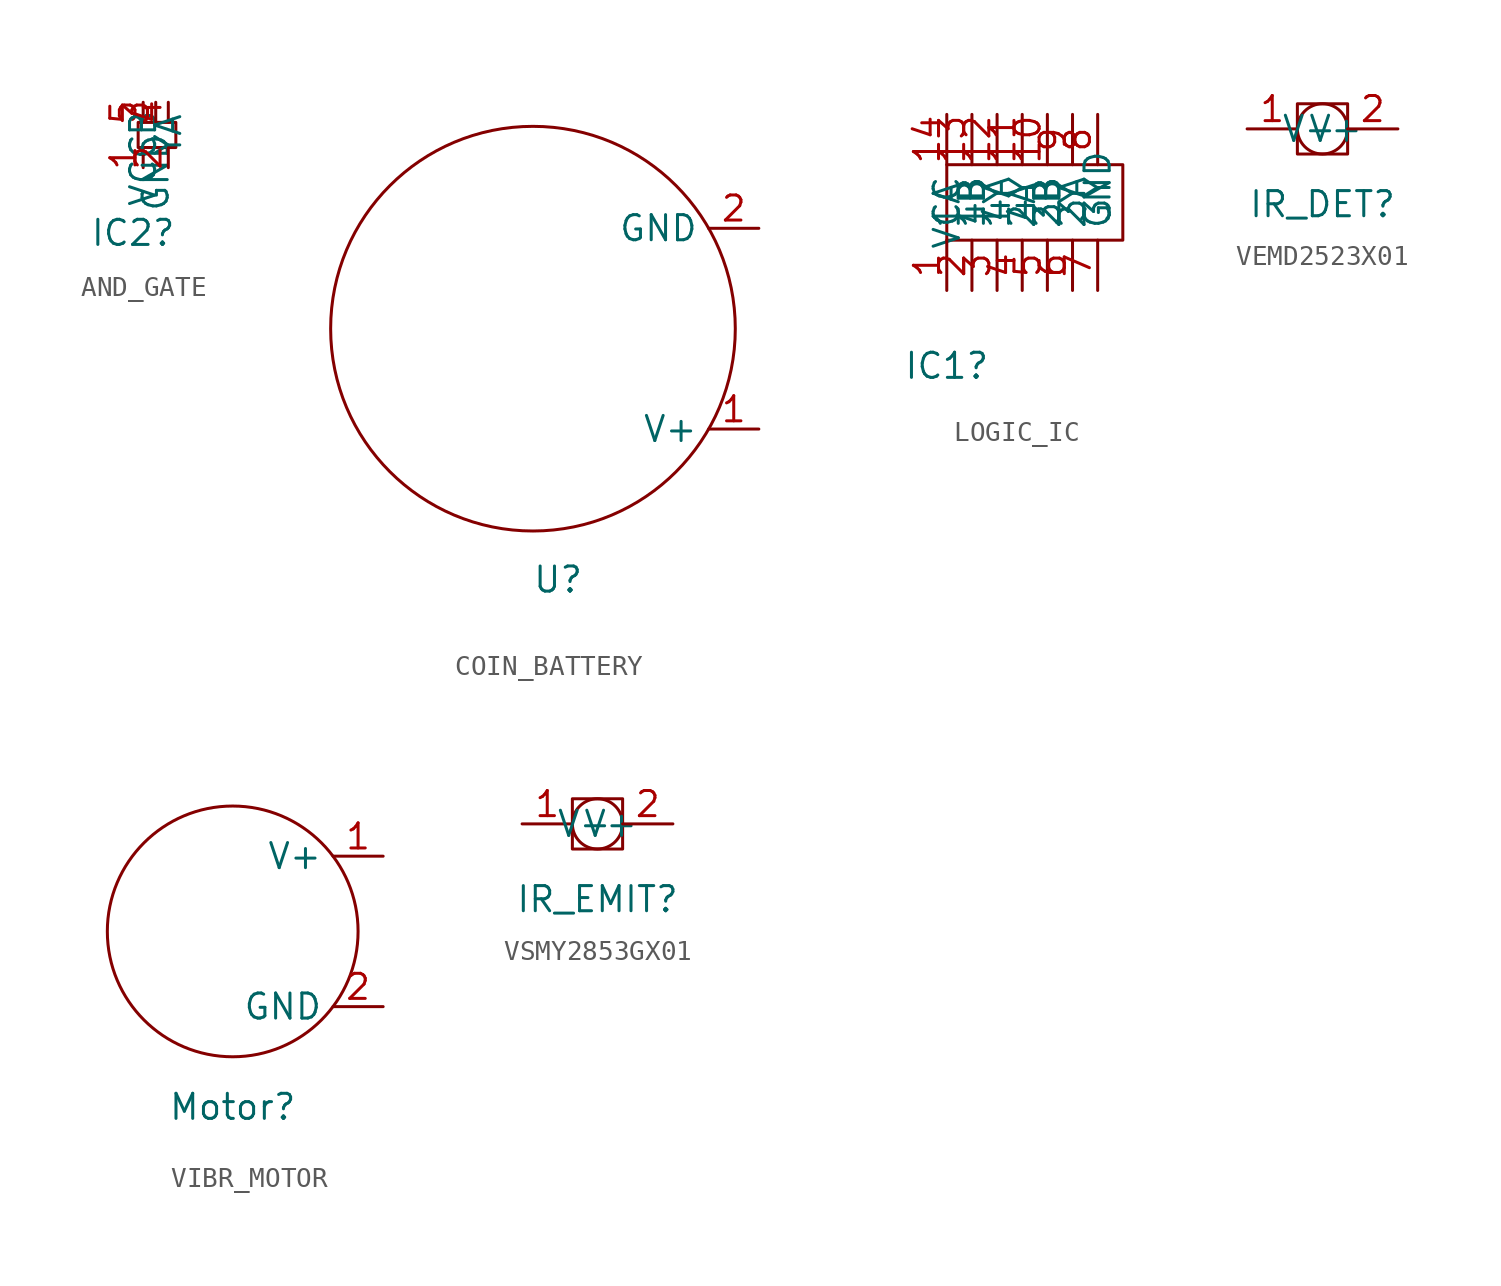
<source format=kicad_sym>
(kicad_symbol_lib
  (version 20220914)
  (generator kicad_symbol_editor)
  (symbol "AND_GATE"
    (property "Reference" "IC2"
      (at -0.254 -4.318 0)
      (effects (font (size 1.27 1.27))))
    (property "Value" ""
      (at 0 0 0)
      (effects (font (size 1.27 1.27))))
    (symbol "AND_GATE_0_1"
      (rectangle (start 0 1.27) (end 1.905 0) (stroke (width 0) (type default)) (fill (type none))))
    (symbol "AND_GATE_1_1"
      (pin passive line (at 0.254 -1.016 90) (length 1) (name "B" (effects (font (size 1.27 1.27)))) (number "1" (effects (font (size 1.27 1.27)))))
      (pin passive line (at 1.524 -1.016 90) (length 1) (name "A" (effects (font (size 1.27 1.27)))) (number "2" (effects (font (size 1.27 1.27)))))
      (pin passive line (at 0.889 2.286 270) (length 1) (name "GND" (effects (font (size 1.27 1.27)))) (number "3" (effects (font (size 1.27 1.27)))))
      (pin passive line (at 1.524 2.286 270) (length 1) (name "Y" (effects (font (size 1.27 1.27)))) (number "4" (effects (font (size 1.27 1.27)))))
      (pin power_in line (at 0.254 2.286 270) (length 1) (name "VCC" (effects (font (size 1.27 1.27)))) (number "5" (effects (font (size 1.27 1.27)))))))
  (symbol "COIN_BATTERY"
    (property "Reference" "U"
      (at 1.27 -12.7 0)
      (effects (font (size 1.27 1.27))))
    (property "Value" ""
      (at 3.81 -2.54 0)
      (effects (font (size 1.27 1.27))))
    (symbol "COIN_BATTERY_1_1"
      (circle (center 0 0) (radius 10.239) (stroke (width 0) (type default)) (fill (type none)))
      (pin power_out line (at 11.43 -5.08 180) (length 2.54) (name "V+" (effects (font (size 1.27 1.27)))) (number "1" (effects (font (size 1.27 1.27)))))
      (pin passive line (at 11.43 5.08 180) (length 2.54) (name "GND" (effects (font (size 1.27 1.27)))) (number "2" (effects (font (size 1.27 1.27)))))))
  (symbol "LOGIC_IC"
    (property "Reference" "IC1"
      (at 0 -6.35 0)
      (effects (font (size 1.27 1.27))))
    (property "Value" ""
      (at 0 0 0)
      (effects (font (size 1.27 1.27))))
    (symbol "LOGIC_IC_0_1"
      (rectangle (start 0 3.81) (end 8.89 0) (stroke (width 0) (type default)) (fill (type none))))
    (symbol "LOGIC_IC_1_0"
      (pin passive line (at 0 -2.54 90) (length 2.54) (name "1A" (effects (font (size 1.27 1.27)))) (number "1" (effects (font (size 1.27 1.27)))))
      (pin passive line (at 5.08 6.35 270) (length 2.54) (name "3B" (effects (font (size 1.27 1.27)))) (number "10" (effects (font (size 1.27 1.27)))))
      (pin passive line (at 3.81 6.35 270) (length 2.54) (name "4Y" (effects (font (size 1.27 1.27)))) (number "11" (effects (font (size 1.27 1.27)))))
      (pin passive line (at 2.54 6.35 270) (length 2.54) (name "4A" (effects (font (size 1.27 1.27)))) (number "12" (effects (font (size 1.27 1.27)))))
      (pin passive line (at 1.27 6.35 270) (length 2.54) (name "4B" (effects (font (size 1.27 1.27)))) (number "13" (effects (font (size 1.27 1.27)))))
      (pin power_in line (at 0 6.35 270) (length 2.54) (name "VCC" (effects (font (size 1.27 1.27)))) (number "14" (effects (font (size 1.27 1.27)))))
      (pin passive line (at 1.27 -2.54 90) (length 2.54) (name "1B" (effects (font (size 1.27 1.27)))) (number "2" (effects (font (size 1.27 1.27)))))
      (pin passive line (at 2.54 -2.54 90) (length 2.54) (name "1Y" (effects (font (size 1.27 1.27)))) (number "3" (effects (font (size 1.27 1.27)))))
      (pin passive line (at 3.81 -2.54 90) (length 2.54) (name "2A" (effects (font (size 1.27 1.27)))) (number "4" (effects (font (size 1.27 1.27)))))
      (pin passive line (at 5.08 -2.54 90) (length 2.54) (name "2B" (effects (font (size 1.27 1.27)))) (number "5" (effects (font (size 1.27 1.27)))))
      (pin passive line (at 6.35 -2.54 90) (length 2.54) (name "2Y" (effects (font (size 1.27 1.27)))) (number "6" (effects (font (size 1.27 1.27)))))
      (pin passive line (at 7.62 -2.54 90) (length 2.54) (name "GND" (effects (font (size 1.27 1.27)))) (number "7" (effects (font (size 1.27 1.27)))))
      (pin passive line (at 7.62 6.35 270) (length 2.54) (name "3Y" (effects (font (size 1.27 1.27)))) (number "8" (effects (font (size 1.27 1.27)))))
      (pin passive line (at 6.35 6.35 270) (length 2.54) (name "3A" (effects (font (size 1.27 1.27)))) (number "9" (effects (font (size 1.27 1.27)))))))
  (symbol "VEMD2523X01"
    (property "Reference" "IR_DET"
      (at 0 -3.81 0)
      (effects (font (size 1.27 1.27))))
    (property "Value" ""
      (at 0 0 0)
      (effects (font (size 1.27 1.27))))
    (symbol "VEMD2523X01_0_1"
      (rectangle (start -1.27 1.27) (end 1.27 -1.27) (stroke (width 0) (type default)) (fill (type none)))
      (circle (center 0 0) (radius 1.27) (stroke (width 0) (type default)) (fill (type none))))
    (symbol "VEMD2523X01_1_1"
      (pin input line (at -3.81 0 0) (length 2.54) (name "V+" (effects (font (size 1.27 1.27)))) (number "1" (effects (font (size 1.27 1.27)))))
      (pin output line (at 3.81 0 180) (length 2.54) (name "V-" (effects (font (size 1.27 1.27)))) (number "2" (effects (font (size 1.27 1.27)))))))
  (symbol "VIBR_MOTOR"
    (property "Reference" "Motor"
      (at 0 -8.89 0)
      (effects (font (size 1.27 1.27))))
    (property "Value" ""
      (at 0 0 0)
      (effects (font (size 1.27 1.27))))
    (symbol "VIBR_MOTOR_0_1"
      (circle (center 0 0) (radius 6.35) (stroke (width 0) (type default)) (fill (type none))))
    (symbol "VIBR_MOTOR_1_1"
      (pin power_in line (at 7.62 3.81 180) (length 2.54) (name "V+" (effects (font (size 1.27 1.27)))) (number "1" (effects (font (size 1.27 1.27)))))
      (pin passive line (at 7.62 -3.81 180) (length 2.54) (name "GND" (effects (font (size 1.27 1.27)))) (number "2" (effects (font (size 1.27 1.27)))))))
  (symbol "VSMY2853GX01"
    (property "Reference" "IR_EMIT"
      (at 0 -3.81 0)
      (effects (font (size 1.27 1.27))))
    (property "Value" ""
      (at 0 0 0)
      (effects (font (size 1.27 1.27))))
    (symbol "VSMY2853GX01_0_1"
      (rectangle (start -1.27 1.27) (end 1.27 -1.27) (stroke (width 0) (type default)) (fill (type none)))
      (circle (center 0 0) (radius 1.27) (stroke (width 0) (type default)) (fill (type none))))
    (symbol "VSMY2853GX01_1_1"
      (pin input line (at -3.81 0 0) (length 2.54) (name "V+" (effects (font (size 1.27 1.27)))) (number "1" (effects (font (size 1.27 1.27)))))
      (pin output line (at 3.81 0 180) (length 2.54) (name "V-" (effects (font (size 1.27 1.27)))) (number "2" (effects (font (size 1.27 1.27))))))))
</source>
